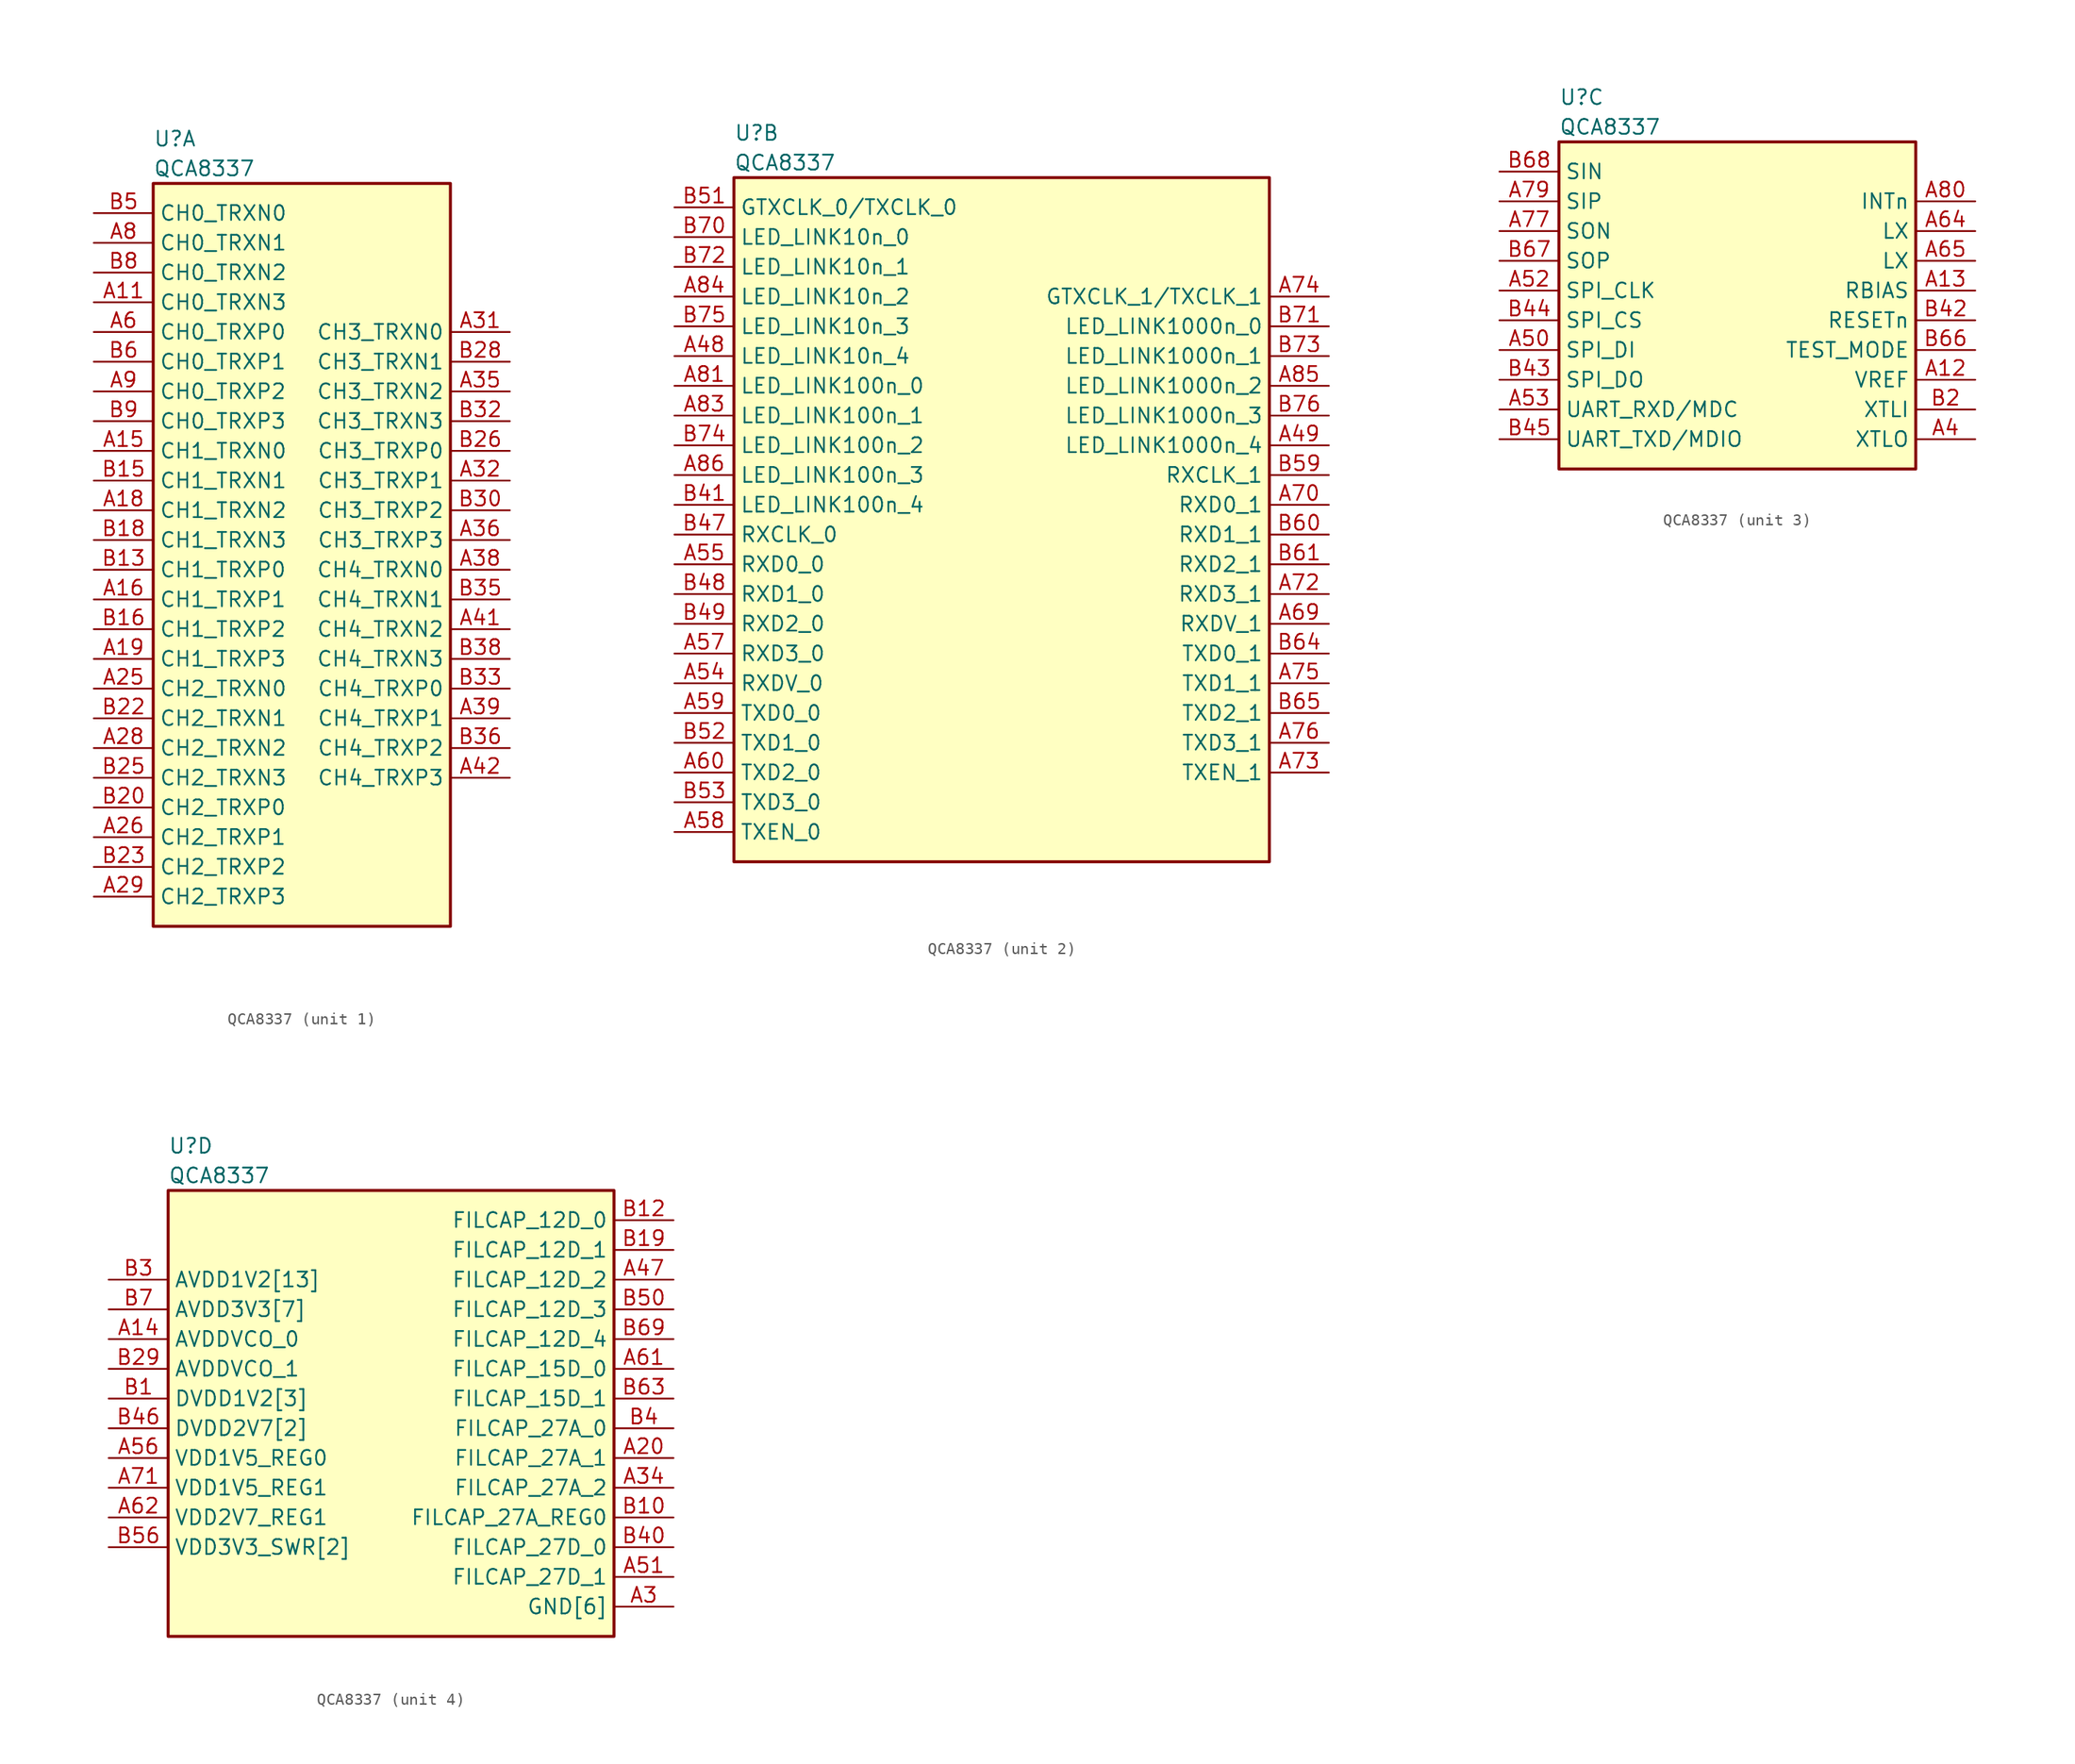
<source format=kicad_sym>
(kicad_symbol_lib
  (version 20211014)
  (generator kicad_symbol_editor)
  (symbol "﻿QCA8337"
    (property "Reference" "U"
      (at 5.08 6.35 0)
      (effects (font (size 1.27 1.27)) (justify left)))
    (property "Value" "﻿QCA8337"
      (at 5.08 3.81 0)
      (effects (font (size 1.27 1.27)) (justify left)))
    (property "ki_locked" ""
      (at 0 0 0)
      (effects (font (size 1.27 1.27))))
    (symbol "﻿QCA8337_1_1"
      (rectangle (start 5.08 2.54) (end 30.48 -60.96) (stroke (width 0.254) (type default) (color 0 0 0 0)) (fill (type background)))
      (pin bidirectional line (at 0 -7.62 0) (length 5.08) (name "CH0_TRXN3" (effects (font (size 1.27 1.27)))) (number "A11" (effects (font (size 1.27 1.27)))))
      (pin bidirectional line (at 0 -20.32 0) (length 5.08) (name "CH1_TRXN0" (effects (font (size 1.27 1.27)))) (number "A15" (effects (font (size 1.27 1.27)))))
      (pin bidirectional line (at 0 -33.02 0) (length 5.08) (name "CH1_TRXP1" (effects (font (size 1.27 1.27)))) (number "A16" (effects (font (size 1.27 1.27)))))
      (pin bidirectional line (at 0 -25.4 0) (length 5.08) (name "CH1_TRXN2" (effects (font (size 1.27 1.27)))) (number "A18" (effects (font (size 1.27 1.27)))))
      (pin bidirectional line (at 0 -38.1 0) (length 5.08) (name "CH1_TRXP3" (effects (font (size 1.27 1.27)))) (number "A19" (effects (font (size 1.27 1.27)))))
      (pin bidirectional line (at 0 -40.64 0) (length 5.08) (name "CH2_TRXN0" (effects (font (size 1.27 1.27)))) (number "A25" (effects (font (size 1.27 1.27)))))
      (pin bidirectional line (at 0 -53.34 0) (length 5.08) (name "CH2_TRXP1" (effects (font (size 1.27 1.27)))) (number "A26" (effects (font (size 1.27 1.27)))))
      (pin bidirectional line (at 0 -45.72 0) (length 5.08) (name "CH2_TRXN2" (effects (font (size 1.27 1.27)))) (number "A28" (effects (font (size 1.27 1.27)))))
      (pin bidirectional line (at 0 -58.42 0) (length 5.08) (name "CH2_TRXP3" (effects (font (size 1.27 1.27)))) (number "A29" (effects (font (size 1.27 1.27)))))
      (pin bidirectional line (at 35.56 -10.16 180) (length 5.08) (name "CH3_TRXN0" (effects (font (size 1.27 1.27)))) (number "A31" (effects (font (size 1.27 1.27)))))
      (pin bidirectional line (at 35.56 -22.86 180) (length 5.08) (name "CH3_TRXP1" (effects (font (size 1.27 1.27)))) (number "A32" (effects (font (size 1.27 1.27)))))
      (pin bidirectional line (at 35.56 -15.24 180) (length 5.08) (name "CH3_TRXN2" (effects (font (size 1.27 1.27)))) (number "A35" (effects (font (size 1.27 1.27)))))
      (pin bidirectional line (at 35.56 -27.94 180) (length 5.08) (name "CH3_TRXP3" (effects (font (size 1.27 1.27)))) (number "A36" (effects (font (size 1.27 1.27)))))
      (pin bidirectional line (at 35.56 -30.48 180) (length 5.08) (name "CH4_TRXN0" (effects (font (size 1.27 1.27)))) (number "A38" (effects (font (size 1.27 1.27)))))
      (pin bidirectional line (at 35.56 -43.18 180) (length 5.08) (name "CH4_TRXP1" (effects (font (size 1.27 1.27)))) (number "A39" (effects (font (size 1.27 1.27)))))
      (pin bidirectional line (at 35.56 -35.56 180) (length 5.08) (name "CH4_TRXN2" (effects (font (size 1.27 1.27)))) (number "A41" (effects (font (size 1.27 1.27)))))
      (pin bidirectional line (at 35.56 -48.26 180) (length 5.08) (name "CH4_TRXP3" (effects (font (size 1.27 1.27)))) (number "A42" (effects (font (size 1.27 1.27)))))
      (pin bidirectional line (at 0 -10.16 0) (length 5.08) (name "CH0_TRXP0" (effects (font (size 1.27 1.27)))) (number "A6" (effects (font (size 1.27 1.27)))))
      (pin bidirectional line (at 0 -2.54 0) (length 5.08) (name "CH0_TRXN1" (effects (font (size 1.27 1.27)))) (number "A8" (effects (font (size 1.27 1.27)))))
      (pin bidirectional line (at 0 -15.24 0) (length 5.08) (name "CH0_TRXP2" (effects (font (size 1.27 1.27)))) (number "A9" (effects (font (size 1.27 1.27)))))
      (pin bidirectional line (at 0 -30.48 0) (length 5.08) (name "CH1_TRXP0" (effects (font (size 1.27 1.27)))) (number "B13" (effects (font (size 1.27 1.27)))))
      (pin bidirectional line (at 0 -22.86 0) (length 5.08) (name "CH1_TRXN1" (effects (font (size 1.27 1.27)))) (number "B15" (effects (font (size 1.27 1.27)))))
      (pin bidirectional line (at 0 -35.56 0) (length 5.08) (name "CH1_TRXP2" (effects (font (size 1.27 1.27)))) (number "B16" (effects (font (size 1.27 1.27)))))
      (pin bidirectional line (at 0 -27.94 0) (length 5.08) (name "CH1_TRXN3" (effects (font (size 1.27 1.27)))) (number "B18" (effects (font (size 1.27 1.27)))))
      (pin bidirectional line (at 0 -50.8 0) (length 5.08) (name "CH2_TRXP0" (effects (font (size 1.27 1.27)))) (number "B20" (effects (font (size 1.27 1.27)))))
      (pin bidirectional line (at 0 -43.18 0) (length 5.08) (name "CH2_TRXN1" (effects (font (size 1.27 1.27)))) (number "B22" (effects (font (size 1.27 1.27)))))
      (pin bidirectional line (at 0 -55.88 0) (length 5.08) (name "CH2_TRXP2" (effects (font (size 1.27 1.27)))) (number "B23" (effects (font (size 1.27 1.27)))))
      (pin bidirectional line (at 0 -48.26 0) (length 5.08) (name "CH2_TRXN3" (effects (font (size 1.27 1.27)))) (number "B25" (effects (font (size 1.27 1.27)))))
      (pin bidirectional line (at 35.56 -20.32 180) (length 5.08) (name "CH3_TRXP0" (effects (font (size 1.27 1.27)))) (number "B26" (effects (font (size 1.27 1.27)))))
      (pin bidirectional line (at 35.56 -12.7 180) (length 5.08) (name "CH3_TRXN1" (effects (font (size 1.27 1.27)))) (number "B28" (effects (font (size 1.27 1.27)))))
      (pin bidirectional line (at 35.56 -25.4 180) (length 5.08) (name "CH3_TRXP2" (effects (font (size 1.27 1.27)))) (number "B30" (effects (font (size 1.27 1.27)))))
      (pin bidirectional line (at 35.56 -17.78 180) (length 5.08) (name "CH3_TRXN3" (effects (font (size 1.27 1.27)))) (number "B32" (effects (font (size 1.27 1.27)))))
      (pin bidirectional line (at 35.56 -40.64 180) (length 5.08) (name "CH4_TRXP0" (effects (font (size 1.27 1.27)))) (number "B33" (effects (font (size 1.27 1.27)))))
      (pin bidirectional line (at 35.56 -33.02 180) (length 5.08) (name "CH4_TRXN1" (effects (font (size 1.27 1.27)))) (number "B35" (effects (font (size 1.27 1.27)))))
      (pin bidirectional line (at 35.56 -45.72 180) (length 5.08) (name "CH4_TRXP2" (effects (font (size 1.27 1.27)))) (number "B36" (effects (font (size 1.27 1.27)))))
      (pin bidirectional line (at 35.56 -38.1 180) (length 5.08) (name "CH4_TRXN3" (effects (font (size 1.27 1.27)))) (number "B38" (effects (font (size 1.27 1.27)))))
      (pin bidirectional line (at 0 0 0) (length 5.08) (name "CH0_TRXN0" (effects (font (size 1.27 1.27)))) (number "B5" (effects (font (size 1.27 1.27)))))
      (pin bidirectional line (at 0 -12.7 0) (length 5.08) (name "CH0_TRXP1" (effects (font (size 1.27 1.27)))) (number "B6" (effects (font (size 1.27 1.27)))))
      (pin bidirectional line (at 0 -5.08 0) (length 5.08) (name "CH0_TRXN2" (effects (font (size 1.27 1.27)))) (number "B8" (effects (font (size 1.27 1.27)))))
      (pin bidirectional line (at 0 -17.78 0) (length 5.08) (name "CH0_TRXP3" (effects (font (size 1.27 1.27)))) (number "B9" (effects (font (size 1.27 1.27))))))
    (symbol "﻿QCA8337_2_1"
      (rectangle (start 5.08 2.54) (end 50.8 -55.88) (stroke (width 0.254) (type default) (color 0 0 0 0)) (fill (type background)))
      (pin output line (at 0 -12.7 0) (length 5.08) (name "LED_LINK10n_4" (effects (font (size 1.27 1.27)))) (number "A48" (effects (font (size 1.27 1.27)))))
      (pin output line (at 55.88 -20.32 180) (length 5.08) (name "LED_LINK1000n_4" (effects (font (size 1.27 1.27)))) (number "A49" (effects (font (size 1.27 1.27)))))
      (pin bidirectional line (at 0 -40.64 0) (length 5.08) (name "RXDV_0" (effects (font (size 1.27 1.27)))) (number "A54" (effects (font (size 1.27 1.27)))))
      (pin bidirectional line (at 0 -30.48 0) (length 5.08) (name "RXD0_0" (effects (font (size 1.27 1.27)))) (number "A55" (effects (font (size 1.27 1.27)))))
      (pin bidirectional line (at 0 -38.1 0) (length 5.08) (name "RXD3_0" (effects (font (size 1.27 1.27)))) (number "A57" (effects (font (size 1.27 1.27)))))
      (pin input line (at 0 -53.34 0) (length 5.08) (name "TXEN_0" (effects (font (size 1.27 1.27)))) (number "A58" (effects (font (size 1.27 1.27)))))
      (pin input line (at 0 -43.18 0) (length 5.08) (name "TXD0_0" (effects (font (size 1.27 1.27)))) (number "A59" (effects (font (size 1.27 1.27)))))
      (pin input line (at 0 -48.26 0) (length 5.08) (name "TXD2_0" (effects (font (size 1.27 1.27)))) (number "A60" (effects (font (size 1.27 1.27)))))
      (pin bidirectional line (at 55.88 -35.56 180) (length 5.08) (name "RXDV_1" (effects (font (size 1.27 1.27)))) (number "A69" (effects (font (size 1.27 1.27)))))
      (pin bidirectional line (at 55.88 -25.4 180) (length 5.08) (name "RXD0_1" (effects (font (size 1.27 1.27)))) (number "A70" (effects (font (size 1.27 1.27)))))
      (pin bidirectional line (at 55.88 -33.02 180) (length 5.08) (name "RXD3_1" (effects (font (size 1.27 1.27)))) (number "A72" (effects (font (size 1.27 1.27)))))
      (pin input line (at 55.88 -48.26 180) (length 5.08) (name "TXEN_1" (effects (font (size 1.27 1.27)))) (number "A73" (effects (font (size 1.27 1.27)))))
      (pin bidirectional line (at 55.88 -7.62 180) (length 5.08) (name "GTXCLK_1/TXCLK_1" (effects (font (size 1.27 1.27)))) (number "A74" (effects (font (size 1.27 1.27)))))
      (pin input line (at 55.88 -40.64 180) (length 5.08) (name "TXD1_1" (effects (font (size 1.27 1.27)))) (number "A75" (effects (font (size 1.27 1.27)))))
      (pin input line (at 55.88 -45.72 180) (length 5.08) (name "TXD3_1" (effects (font (size 1.27 1.27)))) (number "A76" (effects (font (size 1.27 1.27)))))
      (pin output line (at 0 -15.24 0) (length 5.08) (name "LED_LINK100n_0" (effects (font (size 1.27 1.27)))) (number "A81" (effects (font (size 1.27 1.27)))))
      (pin output line (at 0 -17.78 0) (length 5.08) (name "LED_LINK100n_1" (effects (font (size 1.27 1.27)))) (number "A83" (effects (font (size 1.27 1.27)))))
      (pin output line (at 0 -7.62 0) (length 5.08) (name "LED_LINK10n_2" (effects (font (size 1.27 1.27)))) (number "A84" (effects (font (size 1.27 1.27)))))
      (pin output line (at 55.88 -15.24 180) (length 5.08) (name "LED_LINK1000n_2" (effects (font (size 1.27 1.27)))) (number "A85" (effects (font (size 1.27 1.27)))))
      (pin output line (at 0 -22.86 0) (length 5.08) (name "LED_LINK100n_3" (effects (font (size 1.27 1.27)))) (number "A86" (effects (font (size 1.27 1.27)))))
      (pin output line (at 0 -25.4 0) (length 5.08) (name "LED_LINK100n_4" (effects (font (size 1.27 1.27)))) (number "B41" (effects (font (size 1.27 1.27)))))
      (pin bidirectional line (at 0 -27.94 0) (length 5.08) (name "RXCLK_0" (effects (font (size 1.27 1.27)))) (number "B47" (effects (font (size 1.27 1.27)))))
      (pin bidirectional line (at 0 -33.02 0) (length 5.08) (name "RXD1_0" (effects (font (size 1.27 1.27)))) (number "B48" (effects (font (size 1.27 1.27)))))
      (pin bidirectional line (at 0 -35.56 0) (length 5.08) (name "RXD2_0" (effects (font (size 1.27 1.27)))) (number "B49" (effects (font (size 1.27 1.27)))))
      (pin bidirectional line (at 0 0 0) (length 5.08) (name "GTXCLK_0/TXCLK_0" (effects (font (size 1.27 1.27)))) (number "B51" (effects (font (size 1.27 1.27)))))
      (pin input line (at 0 -45.72 0) (length 5.08) (name "TXD1_0" (effects (font (size 1.27 1.27)))) (number "B52" (effects (font (size 1.27 1.27)))))
      (pin input line (at 0 -50.8 0) (length 5.08) (name "TXD3_0" (effects (font (size 1.27 1.27)))) (number "B53" (effects (font (size 1.27 1.27)))))
      (pin bidirectional line (at 55.88 -22.86 180) (length 5.08) (name "RXCLK_1" (effects (font (size 1.27 1.27)))) (number "B59" (effects (font (size 1.27 1.27)))))
      (pin bidirectional line (at 55.88 -27.94 180) (length 5.08) (name "RXD1_1" (effects (font (size 1.27 1.27)))) (number "B60" (effects (font (size 1.27 1.27)))))
      (pin bidirectional line (at 55.88 -30.48 180) (length 5.08) (name "RXD2_1" (effects (font (size 1.27 1.27)))) (number "B61" (effects (font (size 1.27 1.27)))))
      (pin input line (at 55.88 -38.1 180) (length 5.08) (name "TXD0_1" (effects (font (size 1.27 1.27)))) (number "B64" (effects (font (size 1.27 1.27)))))
      (pin input line (at 55.88 -43.18 180) (length 5.08) (name "TXD2_1" (effects (font (size 1.27 1.27)))) (number "B65" (effects (font (size 1.27 1.27)))))
      (pin output line (at 0 -2.54 0) (length 5.08) (name "LED_LINK10n_0" (effects (font (size 1.27 1.27)))) (number "B70" (effects (font (size 1.27 1.27)))))
      (pin output line (at 55.88 -10.16 180) (length 5.08) (name "LED_LINK1000n_0" (effects (font (size 1.27 1.27)))) (number "B71" (effects (font (size 1.27 1.27)))))
      (pin output line (at 0 -5.08 0) (length 5.08) (name "LED_LINK10n_1" (effects (font (size 1.27 1.27)))) (number "B72" (effects (font (size 1.27 1.27)))))
      (pin output line (at 55.88 -12.7 180) (length 5.08) (name "LED_LINK1000n_1" (effects (font (size 1.27 1.27)))) (number "B73" (effects (font (size 1.27 1.27)))))
      (pin output line (at 0 -20.32 0) (length 5.08) (name "LED_LINK100n_2" (effects (font (size 1.27 1.27)))) (number "B74" (effects (font (size 1.27 1.27)))))
      (pin output line (at 0 -10.16 0) (length 5.08) (name "LED_LINK10n_3" (effects (font (size 1.27 1.27)))) (number "B75" (effects (font (size 1.27 1.27)))))
      (pin output line (at 55.88 -17.78 180) (length 5.08) (name "LED_LINK1000n_3" (effects (font (size 1.27 1.27)))) (number "B76" (effects (font (size 1.27 1.27))))))
    (symbol "﻿QCA8337_3_1"
      (rectangle (start 5.08 2.54) (end 35.56 -25.4) (stroke (width 0.254) (type default) (color 0 0 0 0)) (fill (type background)))
      (pin output line (at 40.64 -17.78 180) (length 5.08) (name "VREF" (effects (font (size 1.27 1.27)))) (number "A12" (effects (font (size 1.27 1.27)))))
      (pin output line (at 40.64 -10.16 180) (length 5.08) (name "RBIAS" (effects (font (size 1.27 1.27)))) (number "A13" (effects (font (size 1.27 1.27)))))
      (pin output line (at 40.64 -22.86 180) (length 5.08) (name "XTLO" (effects (font (size 1.27 1.27)))) (number "A4" (effects (font (size 1.27 1.27)))))
      (pin input line (at 0 -15.24 0) (length 5.08) (name "SPI_DI" (effects (font (size 1.27 1.27)))) (number "A50" (effects (font (size 1.27 1.27)))))
      (pin bidirectional line (at 0 -10.16 0) (length 5.08) (name "SPI_CLK" (effects (font (size 1.27 1.27)))) (number "A52" (effects (font (size 1.27 1.27)))))
      (pin input line (at 0 -20.32 0) (length 5.08) (name "UART_RXD/MDC" (effects (font (size 1.27 1.27)))) (number "A53" (effects (font (size 1.27 1.27)))))
      (pin output line (at 40.64 -5.08 180) (length 5.08) (name "LX" (effects (font (size 1.27 1.27)))) (number "A64" (effects (font (size 1.27 1.27)))))
      (pin output line (at 40.64 -7.62 180) (length 5.08) (name "LX" (effects (font (size 1.27 1.27)))) (number "A65" (effects (font (size 1.27 1.27)))))
      (pin output line (at 0 -5.08 0) (length 5.08) (name "SON" (effects (font (size 1.27 1.27)))) (number "A77" (effects (font (size 1.27 1.27)))))
      (pin input line (at 0 -2.54 0) (length 5.08) (name "SIP" (effects (font (size 1.27 1.27)))) (number "A79" (effects (font (size 1.27 1.27)))))
      (pin output line (at 40.64 -2.54 180) (length 5.08) (name "INTn" (effects (font (size 1.27 1.27)))) (number "A80" (effects (font (size 1.27 1.27)))))
      (pin input line (at 40.64 -20.32 180) (length 5.08) (name "XTLI" (effects (font (size 1.27 1.27)))) (number "B2" (effects (font (size 1.27 1.27)))))
      (pin input line (at 40.64 -12.7 180) (length 5.08) (name "RESETn" (effects (font (size 1.27 1.27)))) (number "B42" (effects (font (size 1.27 1.27)))))
      (pin bidirectional line (at 0 -17.78 0) (length 5.08) (name "SPI_DO" (effects (font (size 1.27 1.27)))) (number "B43" (effects (font (size 1.27 1.27)))))
      (pin bidirectional line (at 0 -12.7 0) (length 5.08) (name "SPI_CS" (effects (font (size 1.27 1.27)))) (number "B44" (effects (font (size 1.27 1.27)))))
      (pin bidirectional line (at 0 -22.86 0) (length 5.08) (name "UART_TXD/MDIO" (effects (font (size 1.27 1.27)))) (number "B45" (effects (font (size 1.27 1.27)))))
      (pin input line (at 40.64 -15.24 180) (length 5.08) (name "TEST_MODE" (effects (font (size 1.27 1.27)))) (number "B66" (effects (font (size 1.27 1.27)))))
      (pin output line (at 0 -7.62 0) (length 5.08) (name "SOP" (effects (font (size 1.27 1.27)))) (number "B67" (effects (font (size 1.27 1.27)))))
      (pin input line (at 0 0 0) (length 5.08) (name "SIN" (effects (font (size 1.27 1.27)))) (number "B68" (effects (font (size 1.27 1.27))))))
    (symbol "﻿QCA8337_4_1"
      (rectangle (start 5.08 2.54) (end 43.18 -35.56) (stroke (width 0.254) (type default) (color 0 0 0 0)) (fill (type background)))
      (pin passive line (at 0 -5.08 0) (length 5.08) hide (name "AVDD1V2[13]" (effects (font (size 1.27 1.27)))) (number "A10" (effects (font (size 1.27 1.27)))))
      (pin power_in line (at 0 -10.16 0) (length 5.08) (name "AVDDVCO_0" (effects (font (size 1.27 1.27)))) (number "A14" (effects (font (size 1.27 1.27)))))
      (pin passive line (at 0 -7.62 0) (length 5.08) hide (name "AVDD3V3[7]" (effects (font (size 1.27 1.27)))) (number "A17" (effects (font (size 1.27 1.27)))))
      (pin power_in line (at 48.26 -20.32 180) (length 5.08) (name "FILCAP_27A_1" (effects (font (size 1.27 1.27)))) (number "A20" (effects (font (size 1.27 1.27)))))
      (pin passive line (at 0 -7.62 0) (length 5.08) hide (name "AVDD3V3[7]" (effects (font (size 1.27 1.27)))) (number "A27" (effects (font (size 1.27 1.27)))))
      (pin power_in line (at 48.26 -33.02 180) (length 5.08) (name "GND[6]" (effects (font (size 1.27 1.27)))) (number "A3" (effects (font (size 1.27 1.27)))))
      (pin passive line (at 0 -7.62 0) (length 5.08) hide (name "AVDD3V3[7]" (effects (font (size 1.27 1.27)))) (number "A30" (effects (font (size 1.27 1.27)))))
      (pin passive line (at 0 -5.08 0) (length 5.08) hide (name "AVDD1V2[13]" (effects (font (size 1.27 1.27)))) (number "A33" (effects (font (size 1.27 1.27)))))
      (pin power_in line (at 48.26 -22.86 180) (length 5.08) (name "FILCAP_27A_2" (effects (font (size 1.27 1.27)))) (number "A34" (effects (font (size 1.27 1.27)))))
      (pin passive line (at 0 -7.62 0) (length 5.08) hide (name "AVDD3V3[7]" (effects (font (size 1.27 1.27)))) (number "A37" (effects (font (size 1.27 1.27)))))
      (pin passive line (at 0 -7.62 0) (length 5.08) hide (name "AVDD3V3[7]" (effects (font (size 1.27 1.27)))) (number "A40" (effects (font (size 1.27 1.27)))))
      (pin power_in line (at 48.26 -5.08 180) (length 5.08) (name "FILCAP_12D_2" (effects (font (size 1.27 1.27)))) (number "A47" (effects (font (size 1.27 1.27)))))
      (pin passive line (at 48.26 -33.02 180) (length 5.08) hide (name "GND[6]" (effects (font (size 1.27 1.27)))) (number "A5" (effects (font (size 1.27 1.27)))))
      (pin power_in line (at 48.26 -30.48 180) (length 5.08) (name "FILCAP_27D_1" (effects (font (size 1.27 1.27)))) (number "A51" (effects (font (size 1.27 1.27)))))
      (pin power_in line (at 0 -20.32 0) (length 5.08) (name "VDD1V5_REG0" (effects (font (size 1.27 1.27)))) (number "A56" (effects (font (size 1.27 1.27)))))
      (pin power_in line (at 48.26 -12.7 180) (length 5.08) (name "FILCAP_15D_0" (effects (font (size 1.27 1.27)))) (number "A61" (effects (font (size 1.27 1.27)))))
      (pin power_in line (at 0 -25.4 0) (length 5.08) (name "VDD2V7_REG1" (effects (font (size 1.27 1.27)))) (number "A62" (effects (font (size 1.27 1.27)))))
      (pin passive line (at 0 -27.94 0) (length 5.08) hide (name "VDD3V3_SWR[2]" (effects (font (size 1.27 1.27)))) (number "A63" (effects (font (size 1.27 1.27)))))
      (pin passive line (at 48.26 -33.02 180) (length 5.08) hide (name "GND[6]" (effects (font (size 1.27 1.27)))) (number "A68" (effects (font (size 1.27 1.27)))))
      (pin passive line (at 0 -5.08 0) (length 5.08) hide (name "AVDD1V2[13]" (effects (font (size 1.27 1.27)))) (number "A7" (effects (font (size 1.27 1.27)))))
      (pin power_in line (at 0 -22.86 0) (length 5.08) (name "VDD1V5_REG1" (effects (font (size 1.27 1.27)))) (number "A71" (effects (font (size 1.27 1.27)))))
      (pin passive line (at 0 -5.08 0) (length 5.08) hide (name "AVDD1V2[13]" (effects (font (size 1.27 1.27)))) (number "A78" (effects (font (size 1.27 1.27)))))
      (pin passive line (at 0 -17.78 0) (length 5.08) hide (name "DVDD2V7[2]" (effects (font (size 1.27 1.27)))) (number "A82" (effects (font (size 1.27 1.27)))))
      (pin power_in line (at 0 -15.24 0) (length 5.08) (name "DVDD1V2[3]" (effects (font (size 1.27 1.27)))) (number "B1" (effects (font (size 1.27 1.27)))))
      (pin power_in line (at 48.26 -25.4 180) (length 5.08) (name "FILCAP_27A_REG0" (effects (font (size 1.27 1.27)))) (number "B10" (effects (font (size 1.27 1.27)))))
      (pin passive line (at 0 -7.62 0) (length 5.08) hide (name "AVDD3V3[7]" (effects (font (size 1.27 1.27)))) (number "B11" (effects (font (size 1.27 1.27)))))
      (pin power_in line (at 48.26 0 180) (length 5.08) (name "FILCAP_12D_0" (effects (font (size 1.27 1.27)))) (number "B12" (effects (font (size 1.27 1.27)))))
      (pin passive line (at 0 -5.08 0) (length 5.08) hide (name "AVDD1V2[13]" (effects (font (size 1.27 1.27)))) (number "B14" (effects (font (size 1.27 1.27)))))
      (pin passive line (at 0 -5.08 0) (length 5.08) hide (name "AVDD1V2[13]" (effects (font (size 1.27 1.27)))) (number "B17" (effects (font (size 1.27 1.27)))))
      (pin power_in line (at 48.26 -2.54 180) (length 5.08) (name "FILCAP_12D_1" (effects (font (size 1.27 1.27)))) (number "B19" (effects (font (size 1.27 1.27)))))
      (pin passive line (at 0 -5.08 0) (length 5.08) hide (name "AVDD1V2[13]" (effects (font (size 1.27 1.27)))) (number "B21" (effects (font (size 1.27 1.27)))))
      (pin passive line (at 0 -5.08 0) (length 5.08) hide (name "AVDD1V2[13]" (effects (font (size 1.27 1.27)))) (number "B24" (effects (font (size 1.27 1.27)))))
      (pin passive line (at 0 -5.08 0) (length 5.08) hide (name "AVDD1V2[13]" (effects (font (size 1.27 1.27)))) (number "B27" (effects (font (size 1.27 1.27)))))
      (pin power_in line (at 0 -12.7 0) (length 5.08) (name "AVDDVCO_1" (effects (font (size 1.27 1.27)))) (number "B29" (effects (font (size 1.27 1.27)))))
      (pin power_in line (at 0 -5.08 0) (length 5.08) (name "AVDD1V2[13]" (effects (font (size 1.27 1.27)))) (number "B3" (effects (font (size 1.27 1.27)))))
      (pin passive line (at 0 -5.08 0) (length 5.08) hide (name "AVDD1V2[13]" (effects (font (size 1.27 1.27)))) (number "B31" (effects (font (size 1.27 1.27)))))
      (pin passive line (at 0 -5.08 0) (length 5.08) hide (name "AVDD1V2[13]" (effects (font (size 1.27 1.27)))) (number "B34" (effects (font (size 1.27 1.27)))))
      (pin passive line (at 0 -5.08 0) (length 5.08) hide (name "AVDD1V2[13]" (effects (font (size 1.27 1.27)))) (number "B37" (effects (font (size 1.27 1.27)))))
      (pin passive line (at 48.26 -33.02 180) (length 5.08) hide (name "GND[6]" (effects (font (size 1.27 1.27)))) (number "B39" (effects (font (size 1.27 1.27)))))
      (pin power_in line (at 48.26 -17.78 180) (length 5.08) (name "FILCAP_27A_0" (effects (font (size 1.27 1.27)))) (number "B4" (effects (font (size 1.27 1.27)))))
      (pin power_in line (at 48.26 -27.94 180) (length 5.08) (name "FILCAP_27D_0" (effects (font (size 1.27 1.27)))) (number "B40" (effects (font (size 1.27 1.27)))))
      (pin power_in line (at 0 -17.78 0) (length 5.08) (name "DVDD2V7[2]" (effects (font (size 1.27 1.27)))) (number "B46" (effects (font (size 1.27 1.27)))))
      (pin power_in line (at 48.26 -7.62 180) (length 5.08) (name "FILCAP_12D_3" (effects (font (size 1.27 1.27)))) (number "B50" (effects (font (size 1.27 1.27)))))
      (pin passive line (at 0 -15.24 0) (length 5.08) hide (name "DVDD1V2[3]" (effects (font (size 1.27 1.27)))) (number "B54" (effects (font (size 1.27 1.27)))))
      (pin passive line (at 48.26 -33.02 180) (length 5.08) hide (name "GND[6]" (effects (font (size 1.27 1.27)))) (number "B55" (effects (font (size 1.27 1.27)))))
      (pin power_in line (at 0 -27.94 0) (length 5.08) (name "VDD3V3_SWR[2]" (effects (font (size 1.27 1.27)))) (number "B56" (effects (font (size 1.27 1.27)))))
      (pin passive line (at 0 -15.24 0) (length 5.08) hide (name "DVDD1V2[3]" (effects (font (size 1.27 1.27)))) (number "B62" (effects (font (size 1.27 1.27)))))
      (pin power_in line (at 48.26 -15.24 180) (length 5.08) (name "FILCAP_15D_1" (effects (font (size 1.27 1.27)))) (number "B63" (effects (font (size 1.27 1.27)))))
      (pin power_in line (at 48.26 -10.16 180) (length 5.08) (name "FILCAP_12D_4" (effects (font (size 1.27 1.27)))) (number "B69" (effects (font (size 1.27 1.27)))))
      (pin power_in line (at 0 -7.62 0) (length 5.08) (name "AVDD3V3[7]" (effects (font (size 1.27 1.27)))) (number "B7" (effects (font (size 1.27 1.27)))))
      (pin passive line (at 48.26 -33.02 180) (length 5.08) hide (name "GND[6]" (effects (font (size 1.27 1.27)))) (number "EPAD" (effects (font (size 1.27 1.27))))))))
</source>
